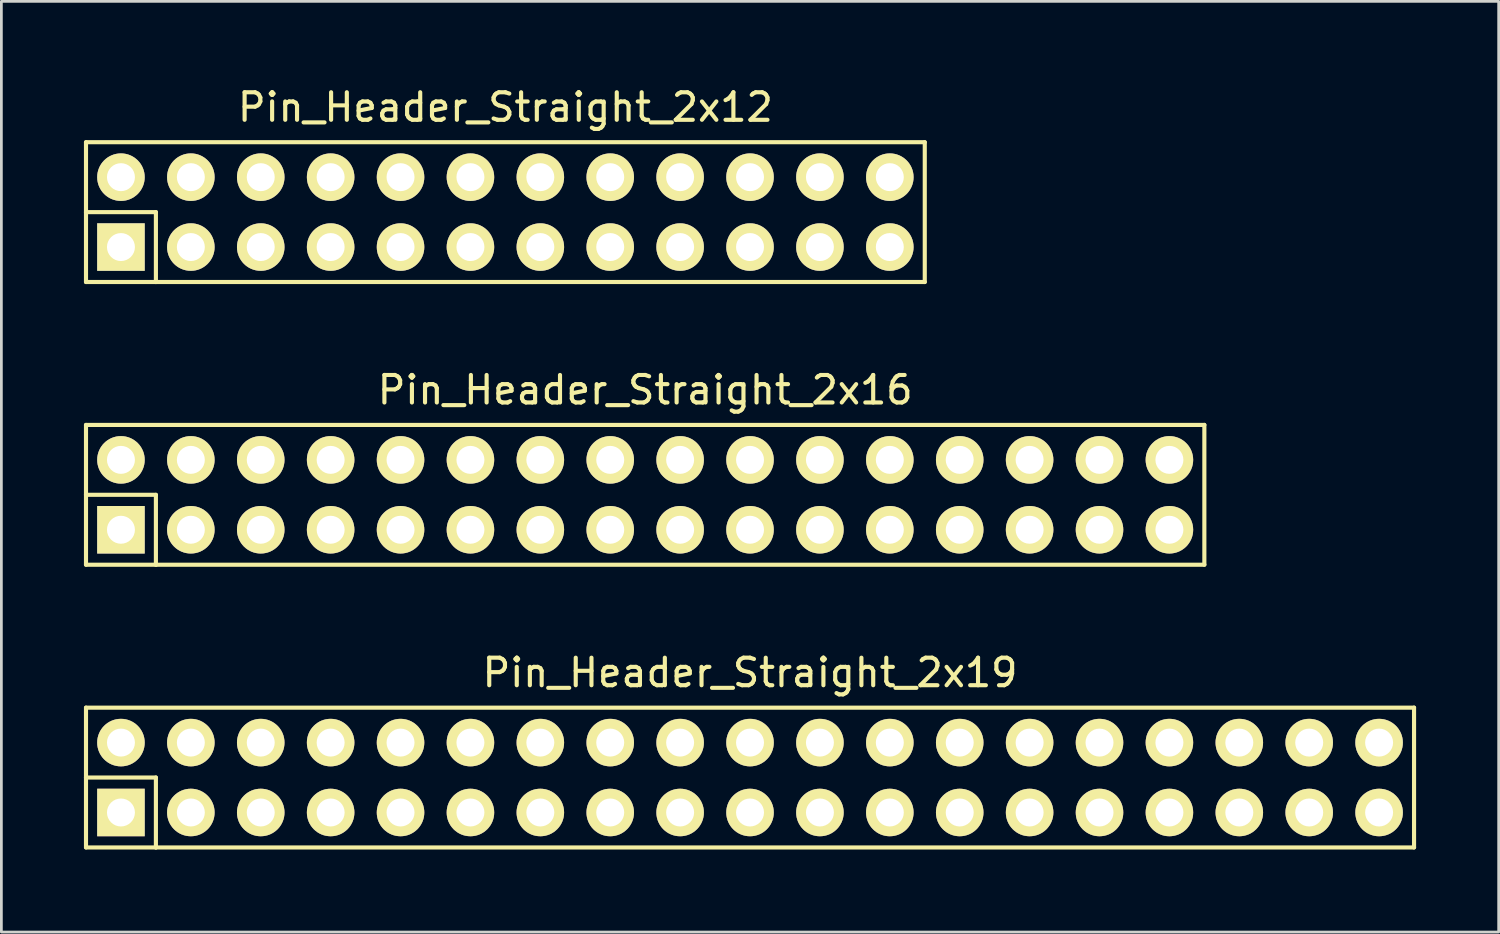
<source format=kicad_pcb>
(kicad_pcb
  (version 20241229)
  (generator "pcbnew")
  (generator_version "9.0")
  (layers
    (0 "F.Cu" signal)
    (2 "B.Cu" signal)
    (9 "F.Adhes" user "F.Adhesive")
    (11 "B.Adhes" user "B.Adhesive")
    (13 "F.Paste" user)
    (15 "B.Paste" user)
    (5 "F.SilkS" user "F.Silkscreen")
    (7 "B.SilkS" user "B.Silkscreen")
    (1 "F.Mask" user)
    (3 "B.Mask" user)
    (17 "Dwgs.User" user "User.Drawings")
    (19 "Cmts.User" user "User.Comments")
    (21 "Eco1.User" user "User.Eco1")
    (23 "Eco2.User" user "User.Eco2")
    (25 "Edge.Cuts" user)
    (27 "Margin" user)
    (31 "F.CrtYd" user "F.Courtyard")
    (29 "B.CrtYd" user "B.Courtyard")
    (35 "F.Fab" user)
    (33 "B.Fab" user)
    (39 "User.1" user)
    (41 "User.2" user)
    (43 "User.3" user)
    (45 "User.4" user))
  (footprint "Pin_Header_Straight_2x19"
    (layer "F.Cu")
    (at 24.205 25.205)
    (property "Reference" "Pin_Header_Straight_2x19" (at 0 -3.81 0) (layer "F.SilkS") (effects (font (size 1 1) (thickness 0.15))))
    (attr through_hole)
    (fp_line (start -24.13 -2.54) (end -24.13 0) (stroke (width 0.15) (type solid)) (layer "F.SilkS"))
    (fp_line (start -24.13 -2.54) (end 24.13 -2.54) (stroke (width 0.15) (type solid)) (layer "F.SilkS"))
    (fp_line (start -24.13 0) (end -21.59 0) (stroke (width 0.15) (type solid)) (layer "F.SilkS"))
    (fp_line (start -24.13 2.54) (end -24.13 0) (stroke (width 0.15) (type solid)) (layer "F.SilkS"))
    (fp_line (start -24.13 2.54) (end -21.59 2.54) (stroke (width 0.15) (type solid)) (layer "F.SilkS"))
    (fp_line (start -21.59 0) (end -21.59 2.54) (stroke (width 0.15) (type solid)) (layer "F.SilkS"))
    (fp_line (start 24.13 -2.54) (end 24.13 2.54) (stroke (width 0.15) (type solid)) (layer "F.SilkS"))
    (fp_line (start 24.13 2.54) (end -21.59 2.54) (stroke (width 0.15) (type solid)) (layer "F.SilkS"))
    (pad "1" thru_hole rect (at -22.86 1.27) (size 1.727 1.727) (drill 1.016) (layers "*.Cu" "*.Mask" "F.SilkS"))
    (pad "2" thru_hole oval (at -22.86 -1.27) (size 1.727 1.727) (drill 1.016) (layers "*.Cu" "*.Mask" "F.SilkS"))
    (pad "3" thru_hole oval (at -20.32 1.27) (size 1.727 1.727) (drill 1.016) (layers "*.Cu" "*.Mask" "F.SilkS"))
    (pad "4" thru_hole oval (at -20.32 -1.27) (size 1.727 1.727) (drill 1.016) (layers "*.Cu" "*.Mask" "F.SilkS"))
    (pad "5" thru_hole oval (at -17.78 1.27) (size 1.727 1.727) (drill 1.016) (layers "*.Cu" "*.Mask" "F.SilkS"))
    (pad "6" thru_hole oval (at -17.78 -1.27) (size 1.727 1.727) (drill 1.016) (layers "*.Cu" "*.Mask" "F.SilkS"))
    (pad "7" thru_hole oval (at -15.24 1.27) (size 1.727 1.727) (drill 1.016) (layers "*.Cu" "*.Mask" "F.SilkS"))
    (pad "8" thru_hole oval (at -15.24 -1.27) (size 1.727 1.727) (drill 1.016) (layers "*.Cu" "*.Mask" "F.SilkS"))
    (pad "9" thru_hole oval (at -12.7 1.27) (size 1.727 1.727) (drill 1.016) (layers "*.Cu" "*.Mask" "F.SilkS"))
    (pad "10" thru_hole oval (at -12.7 -1.27) (size 1.727 1.727) (drill 1.016) (layers "*.Cu" "*.Mask" "F.SilkS"))
    (pad "11" thru_hole oval (at -10.16 1.27) (size 1.727 1.727) (drill 1.016) (layers "*.Cu" "*.Mask" "F.SilkS"))
    (pad "12" thru_hole oval (at -10.16 -1.27) (size 1.727 1.727) (drill 1.016) (layers "*.Cu" "*.Mask" "F.SilkS"))
    (pad "13" thru_hole oval (at -7.62 1.27) (size 1.727 1.727) (drill 1.016) (layers "*.Cu" "*.Mask" "F.SilkS"))
    (pad "14" thru_hole oval (at -7.62 -1.27) (size 1.727 1.727) (drill 1.016) (layers "*.Cu" "*.Mask" "F.SilkS"))
    (pad "15" thru_hole oval (at -5.08 1.27) (size 1.727 1.727) (drill 1.016) (layers "*.Cu" "*.Mask" "F.SilkS"))
    (pad "16" thru_hole oval (at -5.08 -1.27) (size 1.727 1.727) (drill 1.016) (layers "*.Cu" "*.Mask" "F.SilkS"))
    (pad "17" thru_hole oval (at -2.54 1.27) (size 1.727 1.727) (drill 1.016) (layers "*.Cu" "*.Mask" "F.SilkS"))
    (pad "18" thru_hole oval (at -2.54 -1.27) (size 1.727 1.727) (drill 1.016) (layers "*.Cu" "*.Mask" "F.SilkS"))
    (pad "19" thru_hole oval (at 0 1.27) (size 1.727 1.727) (drill 1.016) (layers "*.Cu" "*.Mask" "F.SilkS"))
    (pad "20" thru_hole oval (at 0 -1.27) (size 1.727 1.727) (drill 1.016) (layers "*.Cu" "*.Mask" "F.SilkS"))
    (pad "21" thru_hole oval (at 2.54 1.27) (size 1.727 1.727) (drill 1.016) (layers "*.Cu" "*.Mask" "F.SilkS"))
    (pad "22" thru_hole oval (at 2.54 -1.27) (size 1.727 1.727) (drill 1.016) (layers "*.Cu" "*.Mask" "F.SilkS"))
    (pad "23" thru_hole oval (at 5.08 1.27) (size 1.727 1.727) (drill 1.016) (layers "*.Cu" "*.Mask" "F.SilkS"))
    (pad "24" thru_hole oval (at 5.08 -1.27) (size 1.727 1.727) (drill 1.016) (layers "*.Cu" "*.Mask" "F.SilkS"))
    (pad "25" thru_hole oval (at 7.62 1.27) (size 1.727 1.727) (drill 1.016) (layers "*.Cu" "*.Mask" "F.SilkS"))
    (pad "26" thru_hole oval (at 7.62 -1.27) (size 1.727 1.727) (drill 1.016) (layers "*.Cu" "*.Mask" "F.SilkS"))
    (pad "27" thru_hole oval (at 10.16 1.27) (size 1.727 1.727) (drill 1.016) (layers "*.Cu" "*.Mask" "F.SilkS"))
    (pad "28" thru_hole oval (at 10.16 -1.27) (size 1.727 1.727) (drill 1.016) (layers "*.Cu" "*.Mask" "F.SilkS"))
    (pad "29" thru_hole oval (at 12.7 1.27) (size 1.727 1.727) (drill 1.016) (layers "*.Cu" "*.Mask" "F.SilkS"))
    (pad "30" thru_hole oval (at 12.7 -1.27) (size 1.727 1.727) (drill 1.016) (layers "*.Cu" "*.Mask" "F.SilkS"))
    (pad "31" thru_hole oval (at 15.24 1.27) (size 1.727 1.727) (drill 1.016) (layers "*.Cu" "*.Mask" "F.SilkS"))
    (pad "32" thru_hole oval (at 15.24 -1.27) (size 1.727 1.727) (drill 1.016) (layers "*.Cu" "*.Mask" "F.SilkS"))
    (pad "33" thru_hole oval (at 17.78 1.27) (size 1.727 1.727) (drill 1.016) (layers "*.Cu" "*.Mask" "F.SilkS"))
    (pad "34" thru_hole oval (at 17.78 -1.27) (size 1.727 1.727) (drill 1.016) (layers "*.Cu" "*.Mask" "F.SilkS"))
    (pad "35" thru_hole oval (at 20.32 1.27) (size 1.727 1.727) (drill 1.016) (layers "*.Cu" "*.Mask" "F.SilkS"))
    (pad "36" thru_hole oval (at 20.32 -1.27) (size 1.727 1.727) (drill 1.016) (layers "*.Cu" "*.Mask" "F.SilkS"))
    (pad "37" thru_hole oval (at 22.86 1.27) (size 1.727 1.727) (drill 1.016) (layers "*.Cu" "*.Mask" "F.SilkS"))
    (pad "38" thru_hole oval (at 22.86 -1.27) (size 1.727 1.727) (drill 1.016) (layers "*.Cu" "*.Mask" "F.SilkS")))
  (footprint "Pin_Header_Straight_2x16"
    (layer "F.Cu")
    (at 20.395 14.931)
    (property "Reference" "Pin_Header_Straight_2x16" (at 0 -3.81 0) (layer "F.SilkS") (effects (font (size 1 1) (thickness 0.15))))
    (attr through_hole)
    (fp_line (start -20.32 -2.54) (end -20.32 0) (stroke (width 0.15) (type solid)) (layer "F.SilkS"))
    (fp_line (start -20.32 0) (end -17.78 0) (stroke (width 0.15) (type solid)) (layer "F.SilkS"))
    (fp_line (start -20.32 2.54) (end -20.32 0) (stroke (width 0.15) (type solid)) (layer "F.SilkS"))
    (fp_line (start -20.32 2.54) (end -17.78 2.54) (stroke (width 0.15) (type solid)) (layer "F.SilkS"))
    (fp_line (start -17.78 0) (end -17.78 2.54) (stroke (width 0.15) (type solid)) (layer "F.SilkS"))
    (fp_line (start -17.78 2.54) (end 20.32 2.54) (stroke (width 0.15) (type solid)) (layer "F.SilkS"))
    (fp_line (start 20.32 -2.54) (end -20.32 -2.54) (stroke (width 0.15) (type solid)) (layer "F.SilkS"))
    (fp_line (start 20.32 -2.54) (end 20.32 2.54) (stroke (width 0.15) (type solid)) (layer "F.SilkS"))
    (pad "1" thru_hole rect (at -19.05 1.27) (size 1.727 1.727) (drill 1.016) (layers "*.Cu" "*.Mask" "F.SilkS"))
    (pad "2" thru_hole oval (at -19.05 -1.27) (size 1.727 1.727) (drill 1.016) (layers "*.Cu" "*.Mask" "F.SilkS"))
    (pad "3" thru_hole oval (at -16.51 1.27) (size 1.727 1.727) (drill 1.016) (layers "*.Cu" "*.Mask" "F.SilkS"))
    (pad "4" thru_hole oval (at -16.51 -1.27) (size 1.727 1.727) (drill 1.016) (layers "*.Cu" "*.Mask" "F.SilkS"))
    (pad "5" thru_hole oval (at -13.97 1.27) (size 1.727 1.727) (drill 1.016) (layers "*.Cu" "*.Mask" "F.SilkS"))
    (pad "6" thru_hole oval (at -13.97 -1.27) (size 1.727 1.727) (drill 1.016) (layers "*.Cu" "*.Mask" "F.SilkS"))
    (pad "7" thru_hole oval (at -11.43 1.27) (size 1.727 1.727) (drill 1.016) (layers "*.Cu" "*.Mask" "F.SilkS"))
    (pad "8" thru_hole oval (at -11.43 -1.27) (size 1.727 1.727) (drill 1.016) (layers "*.Cu" "*.Mask" "F.SilkS"))
    (pad "9" thru_hole oval (at -8.89 1.27) (size 1.727 1.727) (drill 1.016) (layers "*.Cu" "*.Mask" "F.SilkS"))
    (pad "10" thru_hole oval (at -8.89 -1.27) (size 1.727 1.727) (drill 1.016) (layers "*.Cu" "*.Mask" "F.SilkS"))
    (pad "11" thru_hole oval (at -6.35 1.27) (size 1.727 1.727) (drill 1.016) (layers "*.Cu" "*.Mask" "F.SilkS"))
    (pad "12" thru_hole oval (at -6.35 -1.27) (size 1.727 1.727) (drill 1.016) (layers "*.Cu" "*.Mask" "F.SilkS"))
    (pad "13" thru_hole oval (at -3.81 1.27) (size 1.727 1.727) (drill 1.016) (layers "*.Cu" "*.Mask" "F.SilkS"))
    (pad "14" thru_hole oval (at -3.81 -1.27) (size 1.727 1.727) (drill 1.016) (layers "*.Cu" "*.Mask" "F.SilkS"))
    (pad "15" thru_hole oval (at -1.27 1.27) (size 1.727 1.727) (drill 1.016) (layers "*.Cu" "*.Mask" "F.SilkS"))
    (pad "16" thru_hole oval (at -1.27 -1.27) (size 1.727 1.727) (drill 1.016) (layers "*.Cu" "*.Mask" "F.SilkS"))
    (pad "17" thru_hole oval (at 1.27 1.27) (size 1.727 1.727) (drill 1.016) (layers "*.Cu" "*.Mask" "F.SilkS"))
    (pad "18" thru_hole oval (at 1.27 -1.27) (size 1.727 1.727) (drill 1.016) (layers "*.Cu" "*.Mask" "F.SilkS"))
    (pad "19" thru_hole oval (at 3.81 1.27) (size 1.727 1.727) (drill 1.016) (layers "*.Cu" "*.Mask" "F.SilkS"))
    (pad "20" thru_hole oval (at 3.81 -1.27) (size 1.727 1.727) (drill 1.016) (layers "*.Cu" "*.Mask" "F.SilkS"))
    (pad "21" thru_hole oval (at 6.35 1.27) (size 1.727 1.727) (drill 1.016) (layers "*.Cu" "*.Mask" "F.SilkS"))
    (pad "22" thru_hole oval (at 6.35 -1.27) (size 1.727 1.727) (drill 1.016) (layers "*.Cu" "*.Mask" "F.SilkS"))
    (pad "23" thru_hole oval (at 8.89 1.27) (size 1.727 1.727) (drill 1.016) (layers "*.Cu" "*.Mask" "F.SilkS"))
    (pad "24" thru_hole oval (at 8.89 -1.27) (size 1.727 1.727) (drill 1.016) (layers "*.Cu" "*.Mask" "F.SilkS"))
    (pad "25" thru_hole oval (at 11.43 1.27) (size 1.727 1.727) (drill 1.016) (layers "*.Cu" "*.Mask" "F.SilkS"))
    (pad "26" thru_hole oval (at 11.43 -1.27) (size 1.727 1.727) (drill 1.016) (layers "*.Cu" "*.Mask" "F.SilkS"))
    (pad "27" thru_hole oval (at 13.97 1.27) (size 1.727 1.727) (drill 1.016) (layers "*.Cu" "*.Mask" "F.SilkS"))
    (pad "28" thru_hole oval (at 13.97 -1.27) (size 1.727 1.727) (drill 1.016) (layers "*.Cu" "*.Mask" "F.SilkS"))
    (pad "29" thru_hole oval (at 16.51 1.27) (size 1.727 1.727) (drill 1.016) (layers "*.Cu" "*.Mask" "F.SilkS"))
    (pad "30" thru_hole oval (at 16.51 -1.27) (size 1.727 1.727) (drill 1.016) (layers "*.Cu" "*.Mask" "F.SilkS"))
    (pad "31" thru_hole oval (at 19.05 1.27) (size 1.727 1.727) (drill 1.016) (layers "*.Cu" "*.Mask" "F.SilkS"))
    (pad "32" thru_hole oval (at 19.05 -1.27) (size 1.727 1.727) (drill 1.016) (layers "*.Cu" "*.Mask" "F.SilkS")))
  (footprint "Pin_Header_Straight_2x12"
    (layer "F.Cu")
    (at 15.315 4.658)
    (property "Reference" "Pin_Header_Straight_2x12" (at 0 -3.81 0) (layer "F.SilkS") (effects (font (size 1 1) (thickness 0.15))))
    (attr through_hole)
    (fp_line (start -15.24 -2.54) (end -15.24 0) (stroke (width 0.15) (type solid)) (layer "F.SilkS"))
    (fp_line (start -15.24 0) (end -12.7 0) (stroke (width 0.15) (type solid)) (layer "F.SilkS"))
    (fp_line (start -15.24 2.54) (end -15.24 0) (stroke (width 0.15) (type solid)) (layer "F.SilkS"))
    (fp_line (start -15.24 2.54) (end -12.7 2.54) (stroke (width 0.15) (type solid)) (layer "F.SilkS"))
    (fp_line (start -12.7 0) (end -12.7 2.54) (stroke (width 0.15) (type solid)) (layer "F.SilkS"))
    (fp_line (start -12.7 2.54) (end 15.24 2.54) (stroke (width 0.15) (type solid)) (layer "F.SilkS"))
    (fp_line (start 15.24 -2.54) (end -15.24 -2.54) (stroke (width 0.15) (type solid)) (layer "F.SilkS"))
    (fp_line (start 15.24 -2.54) (end 15.24 2.54) (stroke (width 0.15) (type solid)) (layer "F.SilkS"))
    (pad "1" thru_hole rect (at -13.97 1.27) (size 1.727 1.727) (drill 1.016) (layers "*.Cu" "*.Mask" "F.SilkS"))
    (pad "2" thru_hole oval (at -13.97 -1.27) (size 1.727 1.727) (drill 1.016) (layers "*.Cu" "*.Mask" "F.SilkS"))
    (pad "3" thru_hole oval (at -11.43 1.27) (size 1.727 1.727) (drill 1.016) (layers "*.Cu" "*.Mask" "F.SilkS"))
    (pad "4" thru_hole oval (at -11.43 -1.27) (size 1.727 1.727) (drill 1.016) (layers "*.Cu" "*.Mask" "F.SilkS"))
    (pad "5" thru_hole oval (at -8.89 1.27) (size 1.727 1.727) (drill 1.016) (layers "*.Cu" "*.Mask" "F.SilkS"))
    (pad "6" thru_hole oval (at -8.89 -1.27) (size 1.727 1.727) (drill 1.016) (layers "*.Cu" "*.Mask" "F.SilkS"))
    (pad "7" thru_hole oval (at -6.35 1.27) (size 1.727 1.727) (drill 1.016) (layers "*.Cu" "*.Mask" "F.SilkS"))
    (pad "8" thru_hole oval (at -6.35 -1.27) (size 1.727 1.727) (drill 1.016) (layers "*.Cu" "*.Mask" "F.SilkS"))
    (pad "9" thru_hole oval (at -3.81 1.27) (size 1.727 1.727) (drill 1.016) (layers "*.Cu" "*.Mask" "F.SilkS"))
    (pad "10" thru_hole oval (at -3.81 -1.27) (size 1.727 1.727) (drill 1.016) (layers "*.Cu" "*.Mask" "F.SilkS"))
    (pad "11" thru_hole oval (at -1.27 1.27) (size 1.727 1.727) (drill 1.016) (layers "*.Cu" "*.Mask" "F.SilkS"))
    (pad "12" thru_hole oval (at -1.27 -1.27) (size 1.727 1.727) (drill 1.016) (layers "*.Cu" "*.Mask" "F.SilkS"))
    (pad "13" thru_hole oval (at 1.27 1.27) (size 1.727 1.727) (drill 1.016) (layers "*.Cu" "*.Mask" "F.SilkS"))
    (pad "14" thru_hole oval (at 1.27 -1.27) (size 1.727 1.727) (drill 1.016) (layers "*.Cu" "*.Mask" "F.SilkS"))
    (pad "15" thru_hole oval (at 3.81 1.27) (size 1.727 1.727) (drill 1.016) (layers "*.Cu" "*.Mask" "F.SilkS"))
    (pad "16" thru_hole oval (at 3.81 -1.27) (size 1.727 1.727) (drill 1.016) (layers "*.Cu" "*.Mask" "F.SilkS"))
    (pad "17" thru_hole oval (at 6.35 1.27) (size 1.727 1.727) (drill 1.016) (layers "*.Cu" "*.Mask" "F.SilkS"))
    (pad "18" thru_hole oval (at 6.35 -1.27) (size 1.727 1.727) (drill 1.016) (layers "*.Cu" "*.Mask" "F.SilkS"))
    (pad "19" thru_hole oval (at 8.89 1.27) (size 1.727 1.727) (drill 1.016) (layers "*.Cu" "*.Mask" "F.SilkS"))
    (pad "20" thru_hole oval (at 8.89 -1.27) (size 1.727 1.727) (drill 1.016) (layers "*.Cu" "*.Mask" "F.SilkS"))
    (pad "21" thru_hole oval (at 11.43 1.27) (size 1.727 1.727) (drill 1.016) (layers "*.Cu" "*.Mask" "F.SilkS"))
    (pad "22" thru_hole oval (at 11.43 -1.27) (size 1.727 1.727) (drill 1.016) (layers "*.Cu" "*.Mask" "F.SilkS"))
    (pad "23" thru_hole oval (at 13.97 1.27) (size 1.727 1.727) (drill 1.016) (layers "*.Cu" "*.Mask" "F.SilkS"))
    (pad "24" thru_hole oval (at 13.97 -1.27) (size 1.727 1.727) (drill 1.016) (layers "*.Cu" "*.Mask" "F.SilkS")))
  (gr_rect
    (start -3 -3)
    (end 51.41 30.82)
    (stroke (width 0.1) (type default))
    (fill no)
    (layer "Edge.Cuts")))
</source>
